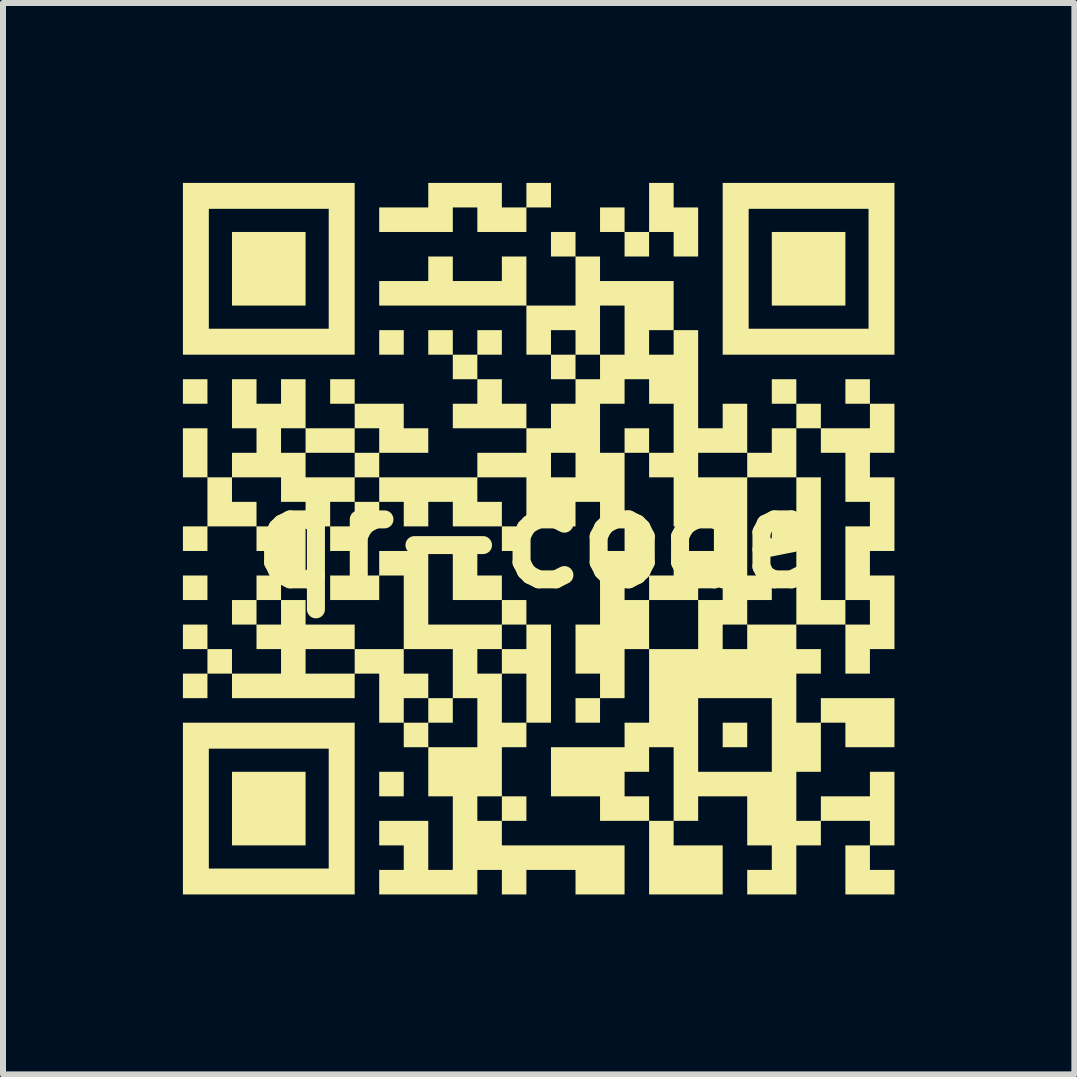
<source format=kicad_pcb>
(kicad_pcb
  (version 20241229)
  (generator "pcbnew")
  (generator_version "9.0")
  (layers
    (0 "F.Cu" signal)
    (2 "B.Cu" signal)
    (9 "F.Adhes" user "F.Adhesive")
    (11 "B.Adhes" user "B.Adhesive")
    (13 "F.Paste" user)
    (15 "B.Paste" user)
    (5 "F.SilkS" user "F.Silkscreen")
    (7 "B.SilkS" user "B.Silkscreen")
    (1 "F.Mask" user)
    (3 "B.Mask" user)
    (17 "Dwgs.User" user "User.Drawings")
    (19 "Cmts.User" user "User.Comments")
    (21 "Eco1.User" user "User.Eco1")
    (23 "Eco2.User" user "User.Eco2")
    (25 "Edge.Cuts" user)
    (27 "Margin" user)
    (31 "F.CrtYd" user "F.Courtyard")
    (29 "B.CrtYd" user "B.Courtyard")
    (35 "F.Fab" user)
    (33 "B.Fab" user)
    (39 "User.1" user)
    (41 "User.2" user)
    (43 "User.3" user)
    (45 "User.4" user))
  (footprint "qr-code"
    (layer "F.Cu")
    (at 5.932 5.932)
    (property "Reference" "qr-code" (at 0 0 0) (layer "F.SilkS") (effects (font (size 1.5 1.5) (thickness 0.3))))
    (attr board_only exclude_from_pos_files exclude_from_bom)
    (fp_poly (pts (xy -5.523 -2.455) (xy -5.523 -2.25) (xy -5.728 -2.25) (xy -5.932 -2.25) (xy -5.932 -2.455) (xy -5.932 -2.659) (xy -5.728 -2.659) (xy -5.523 -2.659)) (stroke (width 0) (type solid)) (fill yes) (layer "F.SilkS"))
    (fp_poly (pts (xy -5.523 0.818) (xy -5.523 1.023) (xy -5.728 1.023) (xy -5.932 1.023) (xy -5.932 0.818) (xy -5.932 0.614) (xy -5.728 0.614) (xy -5.523 0.614)) (stroke (width 0) (type solid)) (fill yes) (layer "F.SilkS"))
    (fp_poly (pts (xy -5.523 1.636) (xy -5.523 1.841) (xy -5.728 1.841) (xy -5.932 1.841) (xy -5.932 1.636) (xy -5.932 1.432) (xy -5.728 1.432) (xy -5.523 1.432)) (stroke (width 0) (type solid)) (fill yes) (layer "F.SilkS"))
    (fp_poly (pts (xy -3.887 -4.5) (xy -3.887 -3.887) (xy -4.5 -3.887) (xy -5.114 -3.887) (xy -5.114 -4.5) (xy -5.114 -5.114) (xy -4.5 -5.114) (xy -3.887 -5.114)) (stroke (width 0) (type solid)) (fill yes) (layer "F.SilkS"))
    (fp_poly (pts (xy -3.887 4.5) (xy -3.887 5.114) (xy -4.5 5.114) (xy -5.114 5.114) (xy -5.114 4.5) (xy -5.114 3.887) (xy -4.5 3.887) (xy -3.887 3.887)) (stroke (width 0) (type solid)) (fill yes) (layer "F.SilkS"))
    (fp_poly (pts (xy -3.068 -2.455) (xy -3.068 -2.25) (xy -3.273 -2.25) (xy -3.477 -2.25) (xy -3.477 -2.455) (xy -3.477 -2.659) (xy -3.273 -2.659) (xy -3.068 -2.659)) (stroke (width 0) (type solid)) (fill yes) (layer "F.SilkS"))
    (fp_poly (pts (xy -2.25 -3.273) (xy -2.25 -3.068) (xy -2.455 -3.068) (xy -2.659 -3.068) (xy -2.659 -3.273) (xy -2.659 -3.477) (xy -2.455 -3.477) (xy -2.25 -3.477)) (stroke (width 0) (type solid)) (fill yes) (layer "F.SilkS"))
    (fp_poly (pts (xy -2.25 4.091) (xy -2.25 4.296) (xy -2.455 4.296) (xy -2.659 4.296) (xy -2.659 4.091) (xy -2.659 3.887) (xy -2.455 3.887) (xy -2.25 3.887)) (stroke (width 0) (type solid)) (fill yes) (layer "F.SilkS"))
    (fp_poly (pts (xy -1.432 2.864) (xy -1.432 3.068) (xy -1.636 3.068) (xy -1.841 3.068) (xy -1.841 2.864) (xy -1.841 2.659) (xy -1.636 2.659) (xy -1.432 2.659)) (stroke (width 0) (type solid)) (fill yes) (layer "F.SilkS"))
    (fp_poly (pts (xy 0.614 -4.909) (xy 0.614 -4.705) (xy 0.409 -4.705) (xy 0.205 -4.705) (xy 0.205 -4.909) (xy 0.205 -5.114) (xy 0.409 -5.114) (xy 0.614 -5.114)) (stroke (width 0) (type solid)) (fill yes) (layer "F.SilkS"))
    (fp_poly (pts (xy 1.841 -1.636) (xy 1.841 -1.432) (xy 1.636 -1.432) (xy 1.432 -1.432) (xy 1.432 -1.636) (xy 1.432 -1.841) (xy 1.636 -1.841) (xy 1.841 -1.841)) (stroke (width 0) (type solid)) (fill yes) (layer "F.SilkS"))
    (fp_poly (pts (xy 3.477 3.273) (xy 3.477 3.477) (xy 3.273 3.477) (xy 3.068 3.477) (xy 3.068 3.273) (xy 3.068 3.068) (xy 3.273 3.068) (xy 3.477 3.068)) (stroke (width 0) (type solid)) (fill yes) (layer "F.SilkS"))
    (fp_poly (pts (xy 4.296 -2.455) (xy 4.296 -2.25) (xy 4.091 -2.25) (xy 3.887 -2.25) (xy 3.887 -2.455) (xy 3.887 -2.659) (xy 4.091 -2.659) (xy 4.296 -2.659)) (stroke (width 0) (type solid)) (fill yes) (layer "F.SilkS"))
    (fp_poly (pts (xy 5.114 -4.5) (xy 5.114 -3.887) (xy 4.5 -3.887) (xy 3.887 -3.887) (xy 3.887 -4.5) (xy 3.887 -5.114) (xy 4.5 -5.114) (xy 5.114 -5.114)) (stroke (width 0) (type solid)) (fill yes) (layer "F.SilkS"))
    (fp_poly (pts (xy 5.523 -2.455) (xy 5.523 -2.25) (xy 5.318 -2.25) (xy 5.114 -2.25) (xy 5.114 -2.455) (xy 5.114 -2.659) (xy 5.318 -2.659) (xy 5.523 -2.659)) (stroke (width 0) (type solid)) (fill yes) (layer "F.SilkS"))
    (fp_poly (pts (xy -1.023 0.409) (xy -1.023 0.614) (xy -0.818 0.614) (xy -0.614 0.614) (xy -0.614 0.818) (xy -0.614 1.023) (xy -1.023 1.023) (xy -1.432 1.023) (xy -1.432 0.614) (xy -1.432 0.205) (xy -1.227 0.205) (xy -1.023 0.205)) (stroke (width 0) (type solid)) (fill yes) (layer "F.SilkS"))
    (fp_poly (pts (xy -3.068 -4.5) (xy -3.068 -3.068) (xy -4.5 -3.068) (xy -5.932 -3.068) (xy -5.932 -4.5) (xy -5.5 -4.5) (xy -5.5 -3.501) (xy -4.5 -3.501) (xy -3.501 -3.501) (xy -3.501 -4.5) (xy -3.501 -5.5) (xy -4.5 -5.5) (xy -5.5 -5.5) (xy -5.5 -4.5) (xy -5.932 -4.5) (xy -5.932 -5.932) (xy -4.5 -5.932) (xy -3.068 -5.932)) (stroke (width 0) (type solid)) (fill yes) (layer "F.SilkS"))
    (fp_poly (pts (xy -3.068 4.5) (xy -3.068 5.932) (xy -4.5 5.932) (xy -5.932 5.932) (xy -5.932 4.5) (xy -5.5 4.5) (xy -5.5 5.5) (xy -4.5 5.5) (xy -3.501 5.5) (xy -3.501 4.5) (xy -3.501 3.501) (xy -4.5 3.501) (xy -5.5 3.501) (xy -5.5 4.5) (xy -5.932 4.5) (xy -5.932 3.068) (xy -4.5 3.068) (xy -3.068 3.068)) (stroke (width 0) (type solid)) (fill yes) (layer "F.SilkS"))
    (fp_poly (pts (xy 5.932 -4.5) (xy 5.932 -3.068) (xy 4.5 -3.068) (xy 3.068 -3.068) (xy 3.068 -4.5) (xy 3.501 -4.5) (xy 3.501 -3.501) (xy 4.5 -3.501) (xy 5.5 -3.501) (xy 5.5 -4.5) (xy 5.5 -5.5) (xy 4.5 -5.5) (xy 3.501 -5.5) (xy 3.501 -4.5) (xy 3.068 -4.5) (xy 3.068 -5.932) (xy 4.5 -5.932) (xy 5.932 -5.932)) (stroke (width 0) (type solid)) (fill yes) (layer "F.SilkS"))
    (fp_poly (pts (xy -1.432 -3.273) (xy -1.432 -3.068) (xy -1.227 -3.068) (xy -1.023 -3.068) (xy -1.023 -3.273) (xy -1.023 -3.477) (xy -0.818 -3.477) (xy -0.614 -3.477) (xy -0.614 -3.273) (xy -0.614 -3.068) (xy -0.818 -3.068) (xy -1.023 -3.068) (xy -1.023 -2.864) (xy -1.023 -2.659) (xy -1.227 -2.659) (xy -1.432 -2.659) (xy -1.432 -2.864) (xy -1.432 -3.068) (xy -1.636 -3.068) (xy -1.841 -3.068) (xy -1.841 -3.273) (xy -1.841 -3.477) (xy -1.636 -3.477) (xy -1.432 -3.477)) (stroke (width 0) (type solid)) (fill yes) (layer "F.SilkS"))
    (fp_poly (pts (xy -0.614 -5.728) (xy -0.614 -5.523) (xy -0.409 -5.523) (xy -0.205 -5.523) (xy -0.205 -5.728) (xy -0.205 -5.932) (xy 0 -5.932) (xy 0.205 -5.932) (xy 0.205 -5.728) (xy 0.205 -5.523) (xy 0 -5.523) (xy -0.205 -5.523) (xy -0.205 -5.318) (xy -0.205 -5.114) (xy -0.614 -5.114) (xy -1.023 -5.114) (xy -1.023 -5.318) (xy -1.023 -5.523) (xy -1.227 -5.523) (xy -1.432 -5.523) (xy -1.432 -5.318) (xy -1.432 -5.114) (xy -2.046 -5.114) (xy -2.659 -5.114) (xy -2.659 -5.318) (xy -2.659 -5.523) (xy -2.25 -5.523) (xy -1.841 -5.523) (xy -1.841 -5.728) (xy -1.841 -5.932) (xy -1.227 -5.932) (xy -0.614 -5.932)) (stroke (width 0) (type solid)) (fill yes) (layer "F.SilkS"))
    (fp_poly (pts (xy 2.25 -5.728) (xy 2.25 -5.523) (xy 2.455 -5.523) (xy 2.659 -5.523) (xy 2.659 -5.114) (xy 2.659 -4.705) (xy 2.455 -4.705) (xy 2.25 -4.705) (xy 2.25 -4.909) (xy 2.25 -5.114) (xy 2.046 -5.114) (xy 1.841 -5.114) (xy 1.841 -4.909) (xy 1.841 -4.705) (xy 1.636 -4.705) (xy 1.432 -4.705) (xy 1.432 -4.909) (xy 1.432 -5.114) (xy 1.227 -5.114) (xy 1.023 -5.114) (xy 1.023 -5.318) (xy 1.023 -5.523) (xy 1.227 -5.523) (xy 1.432 -5.523) (xy 1.432 -5.318) (xy 1.432 -5.114) (xy 1.636 -5.114) (xy 1.841 -5.114) (xy 1.841 -5.523) (xy 1.841 -5.932) (xy 2.046 -5.932) (xy 2.25 -5.932)) (stroke (width 0) (type solid)) (fill yes) (layer "F.SilkS"))
    (fp_poly (pts (xy -1.432 -4.5) (xy -1.432 -4.296) (xy -1.023 -4.296) (xy -0.614 -4.296) (xy -0.614 -4.5) (xy -0.614 -4.705) (xy -0.409 -4.705) (xy -0.205 -4.705) (xy -0.205 -4.296) (xy -0.205 -3.887) (xy 0.205 -3.887) (xy 0.614 -3.887) (xy 0.614 -4.296) (xy 0.614 -4.705) (xy 0.818 -4.705) (xy 1.023 -4.705) (xy 1.023 -4.5) (xy 1.023 -4.296) (xy 1.636 -4.296) (xy 2.25 -4.296) (xy 2.25 -3.887) (xy 2.25 -3.477) (xy 2.046 -3.477) (xy 1.841 -3.477) (xy 1.841 -3.273) (xy 1.841 -3.068) (xy 2.046 -3.068) (xy 2.25 -3.068) (xy 2.25 -3.273) (xy 2.25 -3.477) (xy 2.455 -3.477) (xy 2.659 -3.477) (xy 2.659 -2.659) (xy 2.659 -1.841) (xy 2.864 -1.841) (xy 3.068 -1.841) (xy 3.068 -2.046) (xy 3.068 -2.25) (xy 3.273 -2.25) (xy 3.477 -2.25) (xy 3.477 -1.841) (xy 3.477 -1.432) (xy 3.682 -1.432) (xy 3.887 -1.432) (xy 3.887 -1.636) (xy 3.887 -1.841) (xy 4.091 -1.841) (xy 4.296 -1.841) (xy 4.296 -2.046) (xy 4.296 -2.25) (xy 4.5 -2.25) (xy 4.705 -2.25) (xy 4.705 -2.046) (xy 4.705 -1.841) (xy 5.114 -1.841) (xy 5.523 -1.841) (xy 5.523 -2.046) (xy 5.523 -2.25) (xy 5.728 -2.25) (xy 5.932 -2.25) (xy 5.932 -1.841) (xy 5.932 -1.432) (xy 5.728 -1.432) (xy 5.523 -1.432) (xy 5.523 -1.227) (xy 5.523 -1.023) (xy 5.728 -1.023) (xy 5.932 -1.023) (xy 5.932 -0.409) (xy 5.932 0.205) (xy 5.728 0.205) (xy 5.523 0.205) (xy 5.523 0.409) (xy 5.523 0.614) (xy 5.728 0.614) (xy 5.932 0.614) (xy 5.932 1.227) (xy 5.932 1.841) (xy 5.728 1.841) (xy 5.523 1.841) (xy 5.523 2.046) (xy 5.523 2.25) (xy 5.318 2.25) (xy 5.114 2.25) (xy 5.114 1.841) (xy 5.114 1.432) (xy 4.705 1.432) (xy 4.296 1.432) (xy 4.296 1.636) (xy 4.296 1.841) (xy 4.5 1.841) (xy 4.705 1.841) (xy 4.705 2.046) (xy 4.705 2.25) (xy 4.5 2.25) (xy 4.296 2.25) (xy 4.296 2.659) (xy 4.296 3.068) (xy 4.5 3.068) (xy 4.705 3.068) (xy 4.705 2.864) (xy 4.705 2.659) (xy 5.318 2.659) (xy 5.932 2.659) (xy 5.932 3.068) (xy 5.932 3.477) (xy 5.523 3.477) (xy 5.114 3.477) (xy 5.114 3.273) (xy 5.114 3.068) (xy 4.909 3.068) (xy 4.705 3.068) (xy 4.705 3.477) (xy 4.705 3.887) (xy 4.5 3.887) (xy 4.296 3.887) (xy 4.296 4.296) (xy 4.296 4.705) (xy 4.5 4.705) (xy 4.705 4.705) (xy 4.705 4.5) (xy 4.705 4.296) (xy 5.114 4.296) (xy 5.523 4.296) (xy 5.523 4.091) (xy 5.523 3.887) (xy 5.728 3.887) (xy 5.932 3.887) (xy 5.932 4.5) (xy 5.932 5.114) (xy 5.728 5.114) (xy 5.523 5.114) (xy 5.523 5.318) (xy 5.523 5.523) (xy 5.728 5.523) (xy 5.932 5.523) (xy 5.932 5.728) (xy 5.932 5.932) (xy 5.523 5.932) (xy 5.114 5.932) (xy 5.114 5.523) (xy 5.114 5.114) (xy 5.318 5.114) (xy 5.523 5.114) (xy 5.523 4.909) (xy 5.523 4.705) (xy 5.114 4.705) (xy 4.705 4.705) (xy 4.705 4.909) (xy 4.705 5.114) (xy 4.5 5.114) (xy 4.296 5.114) (xy 4.296 5.523) (xy 4.296 5.932) (xy 3.887 5.932) (xy 3.477 5.932) (xy 3.477 5.728) (xy 3.477 5.523) (xy 3.682 5.523) (xy 3.887 5.523) (xy 3.887 5.318) (xy 3.887 5.114) (xy 3.682 5.114) (xy 3.477 5.114) (xy 3.477 4.705) (xy 3.477 4.296) (xy 3.068 4.296) (xy 2.659 4.296) (xy 2.659 4.5) (xy 2.659 4.705) (xy 2.455 4.705) (xy 2.25 4.705) (xy 2.25 4.909) (xy 2.25 5.114) (xy 2.659 5.114) (xy 3.068 5.114) (xy 3.068 5.523) (xy 3.068 5.932) (xy 2.455 5.932) (xy 1.841 5.932) (xy 1.841 5.318) (xy 1.841 4.705) (xy 1.432 4.705) (xy 1.023 4.705) (xy 1.023 4.5) (xy 1.023 4.296) (xy 0.614 4.296) (xy 0.205 4.296) (xy 0.205 3.887) (xy 1.432 3.887) (xy 1.432 4.091) (xy 1.432 4.296) (xy 1.636 4.296) (xy 1.841 4.296) (xy 1.841 4.5) (xy 1.841 4.705) (xy 2.046 4.705) (xy 2.25 4.705) (xy 2.25 4.091) (xy 2.25 3.477) (xy 2.046 3.477) (xy 1.841 3.477) (xy 1.841 3.682) (xy 1.841 3.887) (xy 1.636 3.887) (xy 1.432 3.887) (xy 0.205 3.887) (xy 0.205 3.477) (xy 0.818 3.477) (xy 1.432 3.477) (xy 1.432 3.273) (xy 2.659 3.273) (xy 2.659 3.887) (xy 3.273 3.887) (xy 3.887 3.887) (xy 3.887 3.273) (xy 3.887 2.659) (xy 3.273 2.659) (xy 2.659 2.659) (xy 2.659 3.273) (xy 1.432 3.273) (xy 1.432 3.068) (xy 1.636 3.068) (xy 1.841 3.068) (xy 1.841 2.455) (xy 1.841 1.841) (xy 1.636 1.841) (xy 1.432 1.841) (xy 1.432 2.25) (xy 1.432 2.659) (xy 1.227 2.659) (xy 1.023 2.659) (xy 1.023 2.864) (xy 1.023 3.068) (xy 0.818 3.068) (xy 0.614 3.068) (xy 0.614 2.864) (xy 0.614 2.659) (xy 0.818 2.659) (xy 1.023 2.659) (xy 1.023 2.455) (xy 1.023 2.25) (xy 0.818 2.25) (xy 0.614 2.25) (xy 0.614 1.841) (xy 0.614 1.432) (xy 0.818 1.432) (xy 1.023 1.432) (xy 1.023 0.818) (xy 1.023 0.205) (xy 1.227 0.205) (xy 1.432 0.205) (xy 1.432 0) (xy 1.432 -0.205) (xy 1.636 -0.205) (xy 1.841 -0.205) (xy 1.841 0.205) (xy 1.841 0.614) (xy 1.636 0.614) (xy 1.432 0.614) (xy 1.432 0.818) (xy 1.432 1.023) (xy 1.636 1.023) (xy 1.841 1.023) (xy 1.841 1.432) (xy 1.841 1.841) (xy 2.25 1.841) (xy 2.659 1.841) (xy 2.659 1.432) (xy 2.659 1.023) (xy 2.864 1.023) (xy 3.068 1.023) (xy 3.068 0.818) (xy 3.068 0.614) (xy 2.864 0.614) (xy 2.659 0.614) (xy 2.659 0.818) (xy 2.659 1.023) (xy 2.25 1.023) (xy 1.841 1.023) (xy 1.841 0.818) (xy 1.841 0.614) (xy 2.046 0.614) (xy 2.25 0.614) (xy 2.25 0.409) (xy 2.25 0.205) (xy 2.659 0.205) (xy 3.068 0.205) (xy 3.068 0) (xy 3.068 -0.205) (xy 2.659 -0.205) (xy 2.25 -0.205) (xy 2.25 -0.614) (xy 2.25 -1.023) (xy 2.046 -1.023) (xy 1.841 -1.023) (xy 1.841 -1.227) (xy 1.841 -1.432) (xy 2.046 -1.432) (xy 2.25 -1.432) (xy 2.659 -1.432) (xy 2.659 -1.227) (xy 2.659 -1.023) (xy 3.068 -1.023) (xy 3.477 -1.023) (xy 3.477 -0.205) (xy 3.477 0.614) (xy 3.682 0.614) (xy 3.887 0.614) (xy 3.887 0.818) (xy 3.887 1.023) (xy 3.682 1.023) (xy 3.477 1.023) (xy 3.477 1.227) (xy 3.477 1.432) (xy 3.273 1.432) (xy 3.068 1.432) (xy 3.068 1.636) (xy 3.068 1.841) (xy 3.273 1.841) (xy 3.477 1.841) (xy 3.477 1.636) (xy 3.477 1.432) (xy 3.887 1.432) (xy 4.296 1.432) (xy 4.296 1.227) (xy 5.114 1.227) (xy 5.114 1.432) (xy 5.318 1.432) (xy 5.523 1.432) (xy 5.523 1.227) (xy 5.523 1.023) (xy 5.318 1.023) (xy 5.114 1.023) (xy 5.114 1.227) (xy 4.296 1.227) (xy 4.296 0.818) (xy 4.296 0.205) (xy 4.091 0.205) (xy 3.887 0.205) (xy 3.887 0) (xy 3.887 -0.205) (xy 4.091 -0.205) (xy 4.296 -0.205) (xy 4.296 -0.614) (xy 4.296 -1.023) (xy 4.5 -1.023) (xy 4.705 -1.023) (xy 4.705 0) (xy 4.705 1.023) (xy 4.909 1.023) (xy 5.114 1.023) (xy 5.114 0.409) (xy 5.114 -0.205) (xy 5.318 -0.205) (xy 5.523 -0.205) (xy 5.523 -0.409) (xy 5.523 -0.614) (xy 5.318 -0.614) (xy 5.114 -0.614) (xy 5.114 -1.023) (xy 5.114 -1.432) (xy 4.909 -1.432) (xy 4.705 -1.432) (xy 4.705 -1.636) (xy 4.705 -1.841) (xy 4.5 -1.841) (xy 4.296 -1.841) (xy 4.296 -1.432) (xy 4.296 -1.023) (xy 3.887 -1.023) (xy 3.477 -1.023) (xy 3.477 -1.227) (xy 3.477 -1.432) (xy 3.068 -1.432) (xy 2.659 -1.432) (xy 2.25 -1.432) (xy 2.25 -1.841) (xy 2.25 -2.25) (xy 2.046 -2.25) (xy 1.841 -2.25) (xy 1.841 -2.455) (xy 1.841 -2.659) (xy 1.636 -2.659) (xy 1.432 -2.659) (xy 1.432 -2.455) (xy 1.432 -2.25) (xy 1.227 -2.25) (xy 1.023 -2.25) (xy 1.023 -1.841) (xy 1.023 -1.432) (xy 1.227 -1.432) (xy 1.432 -1.432) (xy 1.432 -0.818) (xy 1.432 -0.205) (xy 1.227 -0.205) (xy 1.023 -0.205) (xy 1.023 -0.409) (xy 1.023 -0.614) (xy 0.818 -0.614) (xy 0.614 -0.614) (xy 0.614 -0.409) (xy 0.614 -0.205) (xy 0.205 -0.205) (xy -0.205 -0.205) (xy -0.205 0) (xy -0.205 0.205) (xy -0.409 0.205) (xy -0.614 0.205) (xy -0.614 0) (xy -0.614 -0.205) (xy -1.023 -0.205) (xy -1.432 -0.205) (xy -1.432 -0.409) (xy -1.432 -0.614) (xy -1.636 -0.614) (xy -1.841 -0.614) (xy -1.841 -0.409) (xy -1.841 -0.205) (xy -2.046 -0.205) (xy -2.25 -0.205) (xy -2.25 -0.409) (xy -2.25 -0.614) (xy -2.455 -0.614) (xy -2.659 -0.614) (xy -2.659 -0.409) (xy -2.659 -0.205) (xy -2.864 -0.205) (xy -3.068 -0.205) (xy -3.068 0) (xy -3.068 0.205) (xy -3.273 0.205) (xy -3.477 0.205) (xy -3.477 0) (xy -3.477 -0.205) (xy -3.682 -0.205) (xy -3.887 -0.205) (xy -3.887 0.205) (xy -3.887 0.614) (xy -4.091 0.614) (xy -4.296 0.614) (xy -4.296 0.818) (xy -4.296 1.023) (xy -4.5 1.023) (xy -4.705 1.023) (xy -4.705 1.227) (xy -4.705 1.432) (xy -4.5 1.432) (xy -4.296 1.432) (xy -4.296 1.227) (xy -4.296 1.023) (xy -4.091 1.023) (xy -3.887 1.023) (xy -3.887 1.227) (xy -3.887 1.432) (xy -3.477 1.432) (xy -3.068 1.432) (xy -3.068 1.636) (xy -3.068 1.841) (xy -2.659 1.841) (xy -2.25 1.841) (xy -2.25 1.227) (xy -2.25 0.614) (xy -2.455 0.614) (xy -2.659 0.614) (xy -2.659 0.818) (xy -2.659 1.023) (xy -3.068 1.023) (xy -3.477 1.023) (xy -3.477 0.818) (xy -3.477 0.614) (xy -3.068 0.614) (xy -2.659 0.614) (xy -2.659 0.409) (xy -2.659 0.205) (xy -2.25 0.205) (xy -1.841 0.205) (xy -1.841 0.818) (xy -1.841 1.432) (xy -1.227 1.432) (xy -0.614 1.432) (xy -0.614 1.227) (xy -0.614 1.023) (xy -0.409 1.023) (xy -0.205 1.023) (xy -0.205 1.227) (xy -0.205 1.432) (xy -0.409 1.432) (xy -0.614 1.432) (xy -0.614 1.636) (xy -0.614 1.841) (xy -0.818 1.841) (xy -1.023 1.841) (xy -1.023 2.046) (xy -1.023 2.25) (xy -0.818 2.25) (xy -0.614 2.25) (xy -0.614 2.046) (xy -0.614 1.841) (xy -0.409 1.841) (xy -0.205 1.841) (xy -0.205 1.636) (xy -0.205 1.432) (xy 0 1.432) (xy 0.205 1.432) (xy 0.205 2.25) (xy 0.205 3.068) (xy 0 3.068) (xy -0.205 3.068) (xy -0.205 3.273) (xy -0.205 3.477) (xy -0.409 3.477) (xy -0.614 3.477) (xy -0.614 3.887) (xy -0.614 4.296) (xy -0.818 4.296) (xy -1.023 4.296) (xy -1.023 4.5) (xy -1.023 4.705) (xy -0.818 4.705) (xy -0.614 4.705) (xy -0.614 4.5) (xy -0.614 4.296) (xy -0.409 4.296) (xy -0.205 4.296) (xy -0.205 4.5) (xy -0.205 4.705) (xy -0.409 4.705) (xy -0.614 4.705) (xy -0.614 4.909) (xy -0.614 5.114) (xy 0.409 5.114) (xy 1.432 5.114) (xy 1.432 5.523) (xy 1.432 5.932) (xy 1.023 5.932) (xy 0.614 5.932) (xy 0.614 5.728) (xy 0.614 5.523) (xy 0.205 5.523) (xy -0.205 5.523) (xy -0.205 5.728) (xy -0.205 5.932) (xy -0.409 5.932) (xy -0.614 5.932) (xy -0.614 5.728) (xy -0.614 5.523) (xy -0.818 5.523) (xy -1.023 5.523) (xy -1.023 5.728) (xy -1.023 5.932) (xy -1.841 5.932) (xy -2.659 5.932) (xy -2.659 5.728) (xy -2.659 5.523) (xy -2.455 5.523) (xy -2.25 5.523) (xy -2.25 5.318) (xy -2.25 5.114) (xy -2.455 5.114) (xy -2.659 5.114) (xy -2.659 4.909) (xy -2.659 4.705) (xy -2.25 4.705) (xy -1.841 4.705) (xy -1.841 5.114) (xy -1.841 5.523) (xy -1.636 5.523) (xy -1.432 5.523) (xy -1.432 4.909) (xy -1.432 4.296) (xy -1.636 4.296) (xy -1.841 4.296) (xy -1.841 3.887) (xy -1.841 3.477) (xy -2.046 3.477) (xy -2.25 3.477) (xy -2.25 3.273) (xy -2.25 3.068) (xy -2.046 3.068) (xy -1.841 3.068) (xy -1.841 3.273) (xy -1.841 3.477) (xy -1.432 3.477) (xy -1.023 3.477) (xy -1.023 3.068) (xy -1.023 2.659) (xy -0.614 2.659) (xy -0.614 3.068) (xy -0.409 3.068) (xy -0.205 3.068) (xy -0.205 2.659) (xy -0.205 2.25) (xy -0.409 2.25) (xy -0.614 2.25) (xy -0.614 2.659) (xy -1.023 2.659) (xy -1.227 2.659) (xy -1.432 2.659) (xy -1.432 2.25) (xy -1.432 1.841) (xy -1.841 1.841) (xy -2.25 1.841) (xy -2.25 2.046) (xy -2.25 2.25) (xy -2.046 2.25) (xy -1.841 2.25) (xy -1.841 2.455) (xy -1.841 2.659) (xy -2.046 2.659) (xy -2.25 2.659) (xy -2.25 2.864) (xy -2.25 3.068) (xy -2.455 3.068) (xy -2.659 3.068) (xy -2.659 2.659) (xy -2.659 2.25) (xy -2.864 2.25) (xy -3.068 2.25) (xy -3.068 2.455) (xy -3.068 2.659) (xy -4.091 2.659) (xy -5.114 2.659) (xy -5.114 2.455) (xy -5.114 2.25) (xy -5.318 2.25) (xy -5.523 2.25) (xy -5.523 2.455) (xy -5.523 2.659) (xy -5.728 2.659) (xy -5.932 2.659) (xy -5.932 2.455) (xy -5.932 2.25) (xy -5.728 2.25) (xy -5.523 2.25) (xy -5.523 2.046) (xy -5.523 1.841) (xy -5.318 1.841) (xy -5.114 1.841) (xy -5.114 2.046) (xy -5.114 2.25) (xy -4.705 2.25) (xy -4.296 2.25) (xy -4.296 2.046) (xy -3.887 2.046) (xy -3.887 2.25) (xy -3.477 2.25) (xy -3.068 2.25) (xy -3.068 2.046) (xy -3.068 1.841) (xy -3.477 1.841) (xy -3.887 1.841) (xy -3.887 2.046) (xy -4.296 2.046) (xy -4.296 1.841) (xy -4.5 1.841) (xy -4.705 1.841) (xy -4.705 1.636) (xy -4.705 1.432) (xy -4.909 1.432) (xy -5.114 1.432) (xy -5.114 1.227) (xy -5.114 1.023) (xy -4.909 1.023) (xy -4.705 1.023) (xy -4.705 0.818) (xy -4.705 0.614) (xy -4.5 0.614) (xy -4.296 0.614) (xy -4.296 0.409) (xy -4.296 0.205) (xy -4.5 0.205) (xy -4.705 0.205) (xy -4.705 0) (xy -4.705 -0.205) (xy -5.114 -0.205) (xy -5.523 -0.205) (xy -5.523 0) (xy -5.523 0.205) (xy -5.728 0.205) (xy -5.932 0.205) (xy -5.932 0) (xy -5.932 -0.205) (xy -5.728 -0.205) (xy -5.523 -0.205) (xy -5.523 -0.614) (xy -5.523 -0.818) (xy -5.114 -0.818) (xy -5.114 -0.614) (xy -4.909 -0.614) (xy -4.705 -0.614) (xy -4.705 -0.409) (xy -4.705 -0.205) (xy -4.296 -0.205) (xy -3.887 -0.205) (xy -3.887 -0.409) (xy -3.887 -0.614) (xy -3.477 -0.614) (xy -3.477 -0.409) (xy -3.477 -0.205) (xy -3.273 -0.205) (xy -3.068 -0.205) (xy -3.068 -0.409) (xy -3.068 -0.614) (xy -2.864 -0.614) (xy -2.659 -0.614) (xy -2.659 -0.818) (xy -1.023 -0.818) (xy -1.023 -0.614) (xy -0.818 -0.614) (xy -0.614 -0.614) (xy -0.614 -0.409) (xy -0.614 -0.205) (xy -0.409 -0.205) (xy -0.205 -0.205) (xy -0.205 -0.614) (xy -0.205 -1.023) (xy -0.614 -1.023) (xy -1.023 -1.023) (xy -1.023 -0.818) (xy -2.659 -0.818) (xy -2.659 -1.023) (xy -2.864 -1.023) (xy -3.068 -1.023) (xy -3.068 -0.818) (xy -3.068 -0.614) (xy -3.273 -0.614) (xy -3.477 -0.614) (xy -3.887 -0.614) (xy -4.091 -0.614) (xy -4.296 -0.614) (xy -4.296 -0.818) (xy -4.296 -1.023) (xy -4.705 -1.023) (xy -5.114 -1.023) (xy -5.114 -0.818) (xy -5.523 -0.818) (xy -5.523 -1.023) (xy -5.728 -1.023) (xy -5.932 -1.023) (xy -5.932 -1.432) (xy -5.932 -1.841) (xy -5.728 -1.841) (xy -5.523 -1.841) (xy -5.523 -1.432) (xy -5.523 -1.023) (xy -5.318 -1.023) (xy -5.114 -1.023) (xy -5.114 -1.227) (xy -5.114 -1.432) (xy -4.909 -1.432) (xy -4.705 -1.432) (xy -4.705 -1.636) (xy -4.296 -1.636) (xy -4.296 -1.432) (xy -4.091 -1.432) (xy -3.887 -1.432) (xy -3.887 -1.227) (xy -3.887 -1.023) (xy -3.477 -1.023) (xy -3.068 -1.023) (xy -3.068 -1.227) (xy -3.068 -1.432) (xy -2.864 -1.432) (xy -2.659 -1.432) (xy -2.659 -1.636) (xy -2.659 -1.841) (xy -2.864 -1.841) (xy -3.068 -1.841) (xy -3.068 -1.636) (xy -3.068 -1.432) (xy -3.477 -1.432) (xy -3.887 -1.432) (xy -3.887 -1.636) (xy -3.887 -1.841) (xy -4.091 -1.841) (xy -4.296 -1.841) (xy -4.296 -1.636) (xy -4.705 -1.636) (xy -4.705 -1.841) (xy -4.909 -1.841) (xy -5.114 -1.841) (xy -5.114 -2.25) (xy -5.114 -2.659) (xy -4.909 -2.659) (xy -4.705 -2.659) (xy -4.705 -2.455) (xy -4.705 -2.25) (xy -4.5 -2.25) (xy -4.296 -2.25) (xy -4.296 -2.455) (xy -4.296 -2.659) (xy -4.091 -2.659) (xy -3.887 -2.659) (xy -3.887 -2.25) (xy -3.887 -1.841) (xy -3.477 -1.841) (xy -3.068 -1.841) (xy -3.068 -2.046) (xy -3.068 -2.25) (xy -2.659 -2.25) (xy -2.25 -2.25) (xy -2.25 -2.046) (xy -2.25 -1.841) (xy -2.046 -1.841) (xy -1.841 -1.841) (xy -1.841 -1.636) (xy -1.841 -1.432) (xy -2.25 -1.432) (xy -2.659 -1.432) (xy -2.659 -1.227) (xy -2.659 -1.023) (xy -1.841 -1.023) (xy -1.023 -1.023) (xy -1.023 -1.227) (xy 0.205 -1.227) (xy 0.205 -1.023) (xy 0.409 -1.023) (xy 0.614 -1.023) (xy 0.614 -1.227) (xy 0.614 -1.432) (xy 0.409 -1.432) (xy 0.205 -1.432) (xy 0.205 -1.227) (xy -1.023 -1.227) (xy -1.023 -1.432) (xy -0.614 -1.432) (xy -0.205 -1.432) (xy -0.205 -1.636) (xy -0.205 -1.841) (xy -0.818 -1.841) (xy -1.432 -1.841) (xy -1.432 -2.046) (xy -1.432 -2.25) (xy -1.227 -2.25) (xy -1.023 -2.25) (xy -1.023 -2.455) (xy -1.023 -2.659) (xy -0.818 -2.659) (xy -0.614 -2.659) (xy -0.614 -2.455) (xy -0.614 -2.25) (xy -0.409 -2.25) (xy -0.205 -2.25) (xy -0.205 -2.046) (xy -0.205 -1.841) (xy 0 -1.841) (xy 0.205 -1.841) (xy 0.205 -2.046) (xy 0.205 -2.25) (xy 0.409 -2.25) (xy 0.614 -2.25) (xy 0.614 -2.455) (xy 0.614 -2.659) (xy 0.409 -2.659) (xy 0.205 -2.659) (xy 0.205 -2.864) (xy 0.205 -3.068) (xy 0.409 -3.068) (xy 0.614 -3.068) (xy 0.614 -2.864) (xy 0.614 -2.659) (xy 0.818 -2.659) (xy 1.023 -2.659) (xy 1.023 -2.864) (xy 1.023 -3.068) (xy 1.227 -3.068) (xy 1.432 -3.068) (xy 1.432 -3.477) (xy 1.432 -3.887) (xy 1.227 -3.887) (xy 1.023 -3.887) (xy 1.023 -3.477) (xy 1.023 -3.068) (xy 0.818 -3.068) (xy 0.614 -3.068) (xy 0.614 -3.273) (xy 0.614 -3.477) (xy 0.409 -3.477) (xy 0.205 -3.477) (xy 0.205 -3.273) (xy 0.205 -3.068) (xy 0 -3.068) (xy -0.205 -3.068) (xy -0.205 -3.477) (xy -0.205 -3.887) (xy -1.432 -3.887) (xy -2.659 -3.887) (xy -2.659 -4.091) (xy -2.659 -4.296) (xy -2.25 -4.296) (xy -1.841 -4.296) (xy -1.841 -4.5) (xy -1.841 -4.705) (xy -1.636 -4.705) (xy -1.432 -4.705)) (stroke (width 0) (type solid)) (fill yes) (layer "F.SilkS")))
  (gr_rect
    (start -3 -3)
    (end 14.864 14.864)
    (stroke (width 0.1) (type default))
    (fill no)
    (layer "Edge.Cuts")))
</source>
